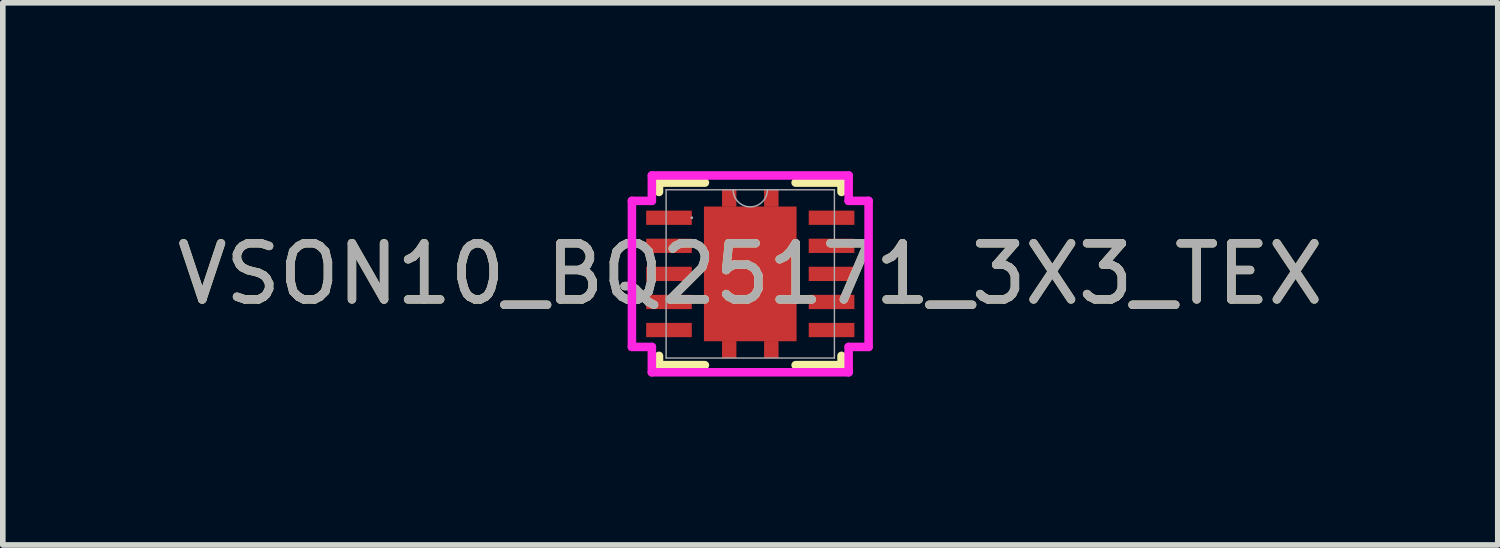
<source format=kicad_pcb>
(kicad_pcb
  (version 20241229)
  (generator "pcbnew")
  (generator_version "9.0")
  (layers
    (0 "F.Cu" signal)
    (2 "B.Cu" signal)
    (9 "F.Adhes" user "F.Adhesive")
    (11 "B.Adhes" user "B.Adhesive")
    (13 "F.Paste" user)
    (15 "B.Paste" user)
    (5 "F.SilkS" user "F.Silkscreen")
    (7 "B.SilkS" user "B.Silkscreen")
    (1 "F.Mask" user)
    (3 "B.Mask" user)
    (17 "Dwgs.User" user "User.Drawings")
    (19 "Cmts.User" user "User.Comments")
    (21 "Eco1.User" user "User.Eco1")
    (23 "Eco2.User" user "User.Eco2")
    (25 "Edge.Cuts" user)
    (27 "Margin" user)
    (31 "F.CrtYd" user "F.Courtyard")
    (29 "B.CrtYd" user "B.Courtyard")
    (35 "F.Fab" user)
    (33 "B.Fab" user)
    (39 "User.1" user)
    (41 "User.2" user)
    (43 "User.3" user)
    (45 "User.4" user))
  (footprint "VSON10_BQ25171_3X3_TEX"
    (layer "F.Cu")
    (at 10.315 1.829)
    (property "Reference" "VSON10_BQ25171_3X3_TEX" (at 0 0 0) (unlocked yes) (layer "F.SilkS") (effects (font (size 1 1) (thickness 0.15))))
    (attr smd)
    (fp_poly (pts (xy -0.5 -1.2) (xy -0.5 -1.5) (xy -0.25 -1.5) (xy -0.25 -1.2)) (stroke (width 0) (type solid)) (fill yes) (layer "F.Cu"))
    (fp_poly (pts (xy -0.5 -1.2) (xy -0.5 -1.5) (xy -0.25 -1.5) (xy -0.25 -1.2)) (stroke (width 0) (type solid)) (fill yes) (layer "F.Cu"))
    (fp_poly (pts (xy -0.5 1.2) (xy -0.5 1.5) (xy -0.25 1.5) (xy -0.25 1.2)) (stroke (width 0) (type solid)) (fill yes) (layer "F.Cu"))
    (fp_poly (pts (xy -0.5 1.2) (xy -0.5 1.5) (xy -0.25 1.5) (xy -0.25 1.2)) (stroke (width 0) (type solid)) (fill yes) (layer "F.Cu"))
    (fp_poly (pts (xy 0.5 -1.2) (xy 0.5 -1.5) (xy 0.25 -1.5) (xy 0.25 -1.2)) (stroke (width 0) (type solid)) (fill yes) (layer "F.Cu"))
    (fp_poly (pts (xy 0.5 -1.2) (xy 0.5 -1.5) (xy 0.25 -1.5) (xy 0.25 -1.2)) (stroke (width 0) (type solid)) (fill yes) (layer "F.Cu"))
    (fp_poly (pts (xy 0.5 1.2) (xy 0.5 1.5) (xy 0.25 1.5) (xy 0.25 1.2)) (stroke (width 0) (type solid)) (fill yes) (layer "F.Cu"))
    (fp_poly (pts (xy 0.5 1.2) (xy 0.5 1.5) (xy 0.25 1.5) (xy 0.25 1.2)) (stroke (width 0) (type solid)) (fill yes) (layer "F.Cu"))
    (fp_poly (pts (xy -0.5 -1.2) (xy -0.5 -1.5) (xy -0.25 -1.5) (xy -0.25 -1.2)) (stroke (width 0) (type solid)) (fill yes) (layer "F.Mask"))
    (fp_poly (pts (xy -0.5 -1.2) (xy -0.5 -1.5) (xy -0.25 -1.5) (xy -0.25 -1.2)) (stroke (width 0) (type solid)) (fill yes) (layer "F.Mask"))
    (fp_poly (pts (xy -0.5 1.2) (xy -0.5 1.5) (xy -0.25 1.5) (xy -0.25 1.2)) (stroke (width 0) (type solid)) (fill yes) (layer "F.Mask"))
    (fp_poly (pts (xy -0.5 1.2) (xy -0.5 1.5) (xy -0.25 1.5) (xy -0.25 1.2)) (stroke (width 0) (type solid)) (fill yes) (layer "F.Mask"))
    (fp_poly (pts (xy 0.5 -1.2) (xy 0.5 -1.5) (xy 0.25 -1.5) (xy 0.25 -1.2)) (stroke (width 0) (type solid)) (fill yes) (layer "F.Mask"))
    (fp_poly (pts (xy 0.5 -1.2) (xy 0.5 -1.5) (xy 0.25 -1.5) (xy 0.25 -1.2)) (stroke (width 0) (type solid)) (fill yes) (layer "F.Mask"))
    (fp_poly (pts (xy 0.5 1.2) (xy 0.5 1.5) (xy 0.25 1.5) (xy 0.25 1.2)) (stroke (width 0) (type solid)) (fill yes) (layer "F.Mask"))
    (fp_poly (pts (xy 0.5 1.2) (xy 0.5 1.5) (xy 0.25 1.5) (xy 0.25 1.2)) (stroke (width 0) (type solid)) (fill yes) (layer "F.Mask"))
    (fp_line (start -1.626 -1.626) (end -1.626 -1.46) (stroke (width 0.152) (type solid)) (layer "F.SilkS"))
    (fp_line (start -1.626 1.46) (end -1.626 1.626) (stroke (width 0.152) (type solid)) (layer "F.SilkS"))
    (fp_line (start -1.626 1.626) (end -0.808 1.626) (stroke (width 0.152) (type solid)) (layer "F.SilkS"))
    (fp_line (start -0.808 -1.626) (end -1.626 -1.626) (stroke (width 0.152) (type solid)) (layer "F.SilkS"))
    (fp_line (start 0.808 1.626) (end 1.626 1.626) (stroke (width 0.152) (type solid)) (layer "F.SilkS"))
    (fp_line (start 1.626 -1.626) (end 0.808 -1.626) (stroke (width 0.152) (type solid)) (layer "F.SilkS"))
    (fp_line (start 1.626 -1.46) (end 1.626 -1.626) (stroke (width 0.152) (type solid)) (layer "F.SilkS"))
    (fp_line (start 1.626 1.626) (end 1.626 1.46) (stroke (width 0.152) (type solid)) (layer "F.SilkS"))
    (fp_poly (pts (xy -0.5 -1.2) (xy -0.5 -1.5) (xy -0.25 -1.5) (xy -0.25 -1.2)) (stroke (width 0) (type solid)) (fill yes) (layer "F.Paste"))
    (fp_poly (pts (xy -0.5 -1.2) (xy -0.5 -1.5) (xy -0.25 -1.5) (xy -0.25 -1.2)) (stroke (width 0) (type solid)) (fill yes) (layer "F.Paste"))
    (fp_poly (pts (xy -0.5 1.2) (xy -0.5 1.5) (xy -0.25 1.5) (xy -0.25 1.2)) (stroke (width 0) (type solid)) (fill yes) (layer "F.Paste"))
    (fp_poly (pts (xy -0.5 1.2) (xy -0.5 1.5) (xy -0.25 1.5) (xy -0.25 1.2)) (stroke (width 0) (type solid)) (fill yes) (layer "F.Paste"))
    (fp_poly (pts (xy 0.5 -1.2) (xy 0.5 -1.5) (xy 0.25 -1.5) (xy 0.25 -1.2)) (stroke (width 0) (type solid)) (fill yes) (layer "F.Paste"))
    (fp_poly (pts (xy 0.5 -1.2) (xy 0.5 -1.5) (xy 0.25 -1.5) (xy 0.25 -1.2)) (stroke (width 0) (type solid)) (fill yes) (layer "F.Paste"))
    (fp_poly (pts (xy 0.5 1.2) (xy 0.5 1.5) (xy 0.25 1.5) (xy 0.25 1.2)) (stroke (width 0) (type solid)) (fill yes) (layer "F.Paste"))
    (fp_poly (pts (xy 0.5 1.2) (xy 0.5 1.5) (xy 0.25 1.5) (xy 0.25 1.2)) (stroke (width 0) (type solid)) (fill yes) (layer "F.Paste"))
    (fp_line (start -2.108 -1.301) (end -1.753 -1.301) (stroke (width 0.152) (type solid)) (layer "F.CrtYd"))
    (fp_line (start -2.108 1.301) (end -2.108 -1.301) (stroke (width 0.152) (type solid)) (layer "F.CrtYd"))
    (fp_line (start -2.108 1.301) (end -1.753 1.301) (stroke (width 0.152) (type solid)) (layer "F.CrtYd"))
    (fp_line (start -1.753 -1.753) (end 1.753 -1.753) (stroke (width 0.152) (type solid)) (layer "F.CrtYd"))
    (fp_line (start -1.753 -1.301) (end -1.753 -1.753) (stroke (width 0.152) (type solid)) (layer "F.CrtYd"))
    (fp_line (start -1.753 1.753) (end -1.753 1.301) (stroke (width 0.152) (type solid)) (layer "F.CrtYd"))
    (fp_line (start 1.753 -1.753) (end 1.753 -1.301) (stroke (width 0.152) (type solid)) (layer "F.CrtYd"))
    (fp_line (start 1.753 1.301) (end 1.753 1.753) (stroke (width 0.152) (type solid)) (layer "F.CrtYd"))
    (fp_line (start 1.753 1.753) (end -1.753 1.753) (stroke (width 0.152) (type solid)) (layer "F.CrtYd"))
    (fp_line (start 2.108 -1.301) (end 1.753 -1.301) (stroke (width 0.152) (type solid)) (layer "F.CrtYd"))
    (fp_line (start 2.108 -1.301) (end 2.108 1.301) (stroke (width 0.152) (type solid)) (layer "F.CrtYd"))
    (fp_line (start 2.108 1.301) (end 1.753 1.301) (stroke (width 0.152) (type solid)) (layer "F.CrtYd"))
    (fp_line (start -1.499 -1.499) (end -1.499 1.499) (stroke (width 0.025) (type solid)) (layer "F.Fab"))
    (fp_line (start -1.499 1.499) (end 1.499 1.499) (stroke (width 0.025) (type solid)) (layer "F.Fab"))
    (fp_line (start 1.499 -1.499) (end -1.499 -1.499) (stroke (width 0.025) (type solid)) (layer "F.Fab"))
    (fp_line (start 1.499 1.499) (end 1.499 -1.499) (stroke (width 0.025) (type solid)) (layer "F.Fab"))
    (fp_arc (start 0.3048 -1.4986) (mid 0 -1.1938) (end -0.3048 -1.4986) (stroke (width 0.0254) (type solid)) (layer "F.Fab"))
    (fp_circle (center -1.041 -1) (end -1.041 -1) (stroke (width 0.025) (type solid)) (fill no) (layer "F.Fab"))
    (fp_text user "${REFERENCE}" (at 0 0 0) (unlocked yes) (layer "F.Fab") (effects (font (size 1 1) (thickness 0.15))))
    (pad "1" smd rect (at -1.448 -1) (size 0.813 0.254) (layers "F.Cu" "F.Mask" "F.Paste"))
    (pad "2" smd rect (at -1.448 -0.5) (size 0.813 0.254) (layers "F.Cu" "F.Mask" "F.Paste"))
    (pad "3" smd rect (at -1.448 0) (size 0.813 0.254) (layers "F.Cu" "F.Mask" "F.Paste"))
    (pad "4" smd rect (at -1.448 0.5) (size 0.813 0.254) (layers "F.Cu" "F.Mask" "F.Paste"))
    (pad "5" smd rect (at -1.448 1) (size 0.813 0.254) (layers "F.Cu" "F.Mask" "F.Paste"))
    (pad "6" smd rect (at 1.448 1) (size 0.813 0.254) (layers "F.Cu" "F.Mask" "F.Paste"))
    (pad "7" smd rect (at 1.448 0.5) (size 0.813 0.254) (layers "F.Cu" "F.Mask" "F.Paste"))
    (pad "8" smd rect (at 1.448 0) (size 0.813 0.254) (layers "F.Cu" "F.Mask" "F.Paste"))
    (pad "9" smd rect (at 1.448 -0.5) (size 0.813 0.254) (layers "F.Cu" "F.Mask" "F.Paste"))
    (pad "10" smd rect (at 1.448 -1) (size 0.813 0.254) (layers "F.Cu" "F.Mask" "F.Paste"))
    (pad "11" smd rect (at 0 0) (size 1.65 2.4) (layers "F.Cu" "F.Mask" "F.Paste")))
  (gr_rect
    (start -3 -3)
    (end 23.631 6.658)
    (stroke (width 0.1) (type default))
    (fill no)
    (layer "Edge.Cuts")))
</source>
